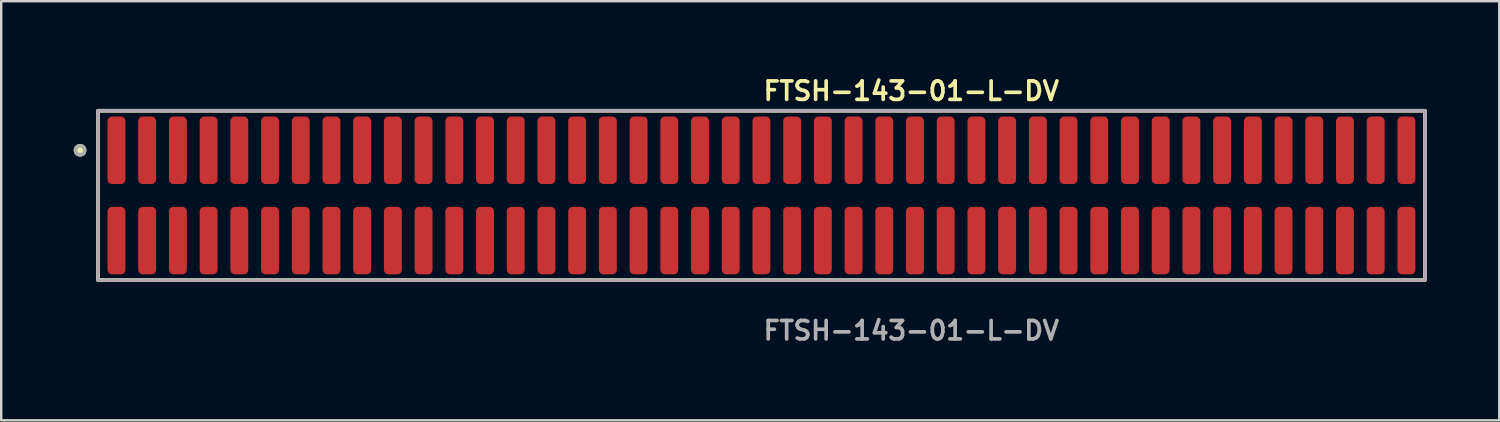
<source format=kicad_pcb>
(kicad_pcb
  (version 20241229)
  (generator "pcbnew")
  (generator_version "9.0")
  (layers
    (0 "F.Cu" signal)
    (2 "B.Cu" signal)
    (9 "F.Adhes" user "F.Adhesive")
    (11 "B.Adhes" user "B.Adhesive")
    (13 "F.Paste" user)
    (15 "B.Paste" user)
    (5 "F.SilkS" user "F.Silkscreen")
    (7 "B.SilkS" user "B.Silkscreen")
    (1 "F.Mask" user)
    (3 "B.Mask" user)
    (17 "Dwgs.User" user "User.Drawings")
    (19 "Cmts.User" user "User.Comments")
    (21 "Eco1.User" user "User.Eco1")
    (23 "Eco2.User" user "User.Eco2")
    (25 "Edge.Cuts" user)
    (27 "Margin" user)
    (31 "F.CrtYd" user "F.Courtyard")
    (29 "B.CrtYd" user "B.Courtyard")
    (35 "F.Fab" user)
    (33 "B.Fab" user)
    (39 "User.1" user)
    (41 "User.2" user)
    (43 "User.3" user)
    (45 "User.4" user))
  (footprint "FTSH-143-01-L-DV"
    (layer "F.Cu")
    (at 28.436 5.031)
    (property "Reference" "FTSH-143-01-L-DV" (at 0 -4.318 0) (unlocked yes) (layer "F.SilkS") (effects (font (size 0.762 0.762) (thickness 0.152)) (justify left)))
    (fp_rect (start -27.435 3.5) (end 27.435 -3.5) (stroke (width 0.152) (type solid)) (fill no) (layer "F.SilkS"))
    (fp_circle (center -28.175 -1.867) (end -28.36 -1.867) (stroke (width 0.152) (type solid)) (fill yes) (layer "F.SilkS"))
    (fp_rect (start -27.435 3.5) (end 27.435 -3.5) (stroke (width 0.006) (type solid)) (fill no) (layer "F.CrtYd"))
    (fp_rect (start -27.435 3.5) (end 27.435 -3.5) (stroke (width 0.152) (type solid)) (fill no) (layer "F.Fab"))
    (fp_circle (center -28.175 -1.867) (end -28.36 -1.867) (stroke (width 0.152) (type solid)) (fill no) (layer "F.Fab"))
    (fp_text user "${REFERENCE}" (at 0 5.588 0) (unlocked yes) (layer "F.Fab") (effects (font (size 0.762 0.762) (thickness 0.152)) (justify left)))
    (pad "1" smd roundrect (at -26.67 -1.867) (size 0.74 2.79) (layers "F.Cu" "F.Paste") (roundrect_rratio 0.25))
    (pad "2" smd roundrect (at -26.67 1.867) (size 0.74 2.79) (layers "F.Cu" "F.Paste") (roundrect_rratio 0.25))
    (pad "3" smd roundrect (at -25.4 -1.867) (size 0.74 2.79) (layers "F.Cu" "F.Paste") (roundrect_rratio 0.25))
    (pad "4" smd roundrect (at -25.4 1.867) (size 0.74 2.79) (layers "F.Cu" "F.Paste") (roundrect_rratio 0.25))
    (pad "5" smd roundrect (at -24.13 -1.867) (size 0.74 2.79) (layers "F.Cu" "F.Paste") (roundrect_rratio 0.25))
    (pad "6" smd roundrect (at -24.13 1.867) (size 0.74 2.79) (layers "F.Cu" "F.Paste") (roundrect_rratio 0.25))
    (pad "7" smd roundrect (at -22.86 -1.867) (size 0.74 2.79) (layers "F.Cu" "F.Paste") (roundrect_rratio 0.25))
    (pad "8" smd roundrect (at -22.86 1.867) (size 0.74 2.79) (layers "F.Cu" "F.Paste") (roundrect_rratio 0.25))
    (pad "9" smd roundrect (at -21.59 -1.867) (size 0.74 2.79) (layers "F.Cu" "F.Paste") (roundrect_rratio 0.25))
    (pad "10" smd roundrect (at -21.59 1.867) (size 0.74 2.79) (layers "F.Cu" "F.Paste") (roundrect_rratio 0.25))
    (pad "11" smd roundrect (at -20.32 -1.867) (size 0.74 2.79) (layers "F.Cu" "F.Paste") (roundrect_rratio 0.25))
    (pad "12" smd roundrect (at -20.32 1.867) (size 0.74 2.79) (layers "F.Cu" "F.Paste") (roundrect_rratio 0.25))
    (pad "13" smd roundrect (at -19.05 -1.867) (size 0.74 2.79) (layers "F.Cu" "F.Paste") (roundrect_rratio 0.25))
    (pad "14" smd roundrect (at -19.05 1.867) (size 0.74 2.79) (layers "F.Cu" "F.Paste") (roundrect_rratio 0.25))
    (pad "15" smd roundrect (at -17.78 -1.867) (size 0.74 2.79) (layers "F.Cu" "F.Paste") (roundrect_rratio 0.25))
    (pad "16" smd roundrect (at -17.78 1.867) (size 0.74 2.79) (layers "F.Cu" "F.Paste") (roundrect_rratio 0.25))
    (pad "17" smd roundrect (at -16.51 -1.867) (size 0.74 2.79) (layers "F.Cu" "F.Paste") (roundrect_rratio 0.25))
    (pad "18" smd roundrect (at -16.51 1.867) (size 0.74 2.79) (layers "F.Cu" "F.Paste") (roundrect_rratio 0.25))
    (pad "19" smd roundrect (at -15.24 -1.867) (size 0.74 2.79) (layers "F.Cu" "F.Paste") (roundrect_rratio 0.25))
    (pad "20" smd roundrect (at -15.24 1.867) (size 0.74 2.79) (layers "F.Cu" "F.Paste") (roundrect_rratio 0.25))
    (pad "21" smd roundrect (at -13.97 -1.867) (size 0.74 2.79) (layers "F.Cu" "F.Paste") (roundrect_rratio 0.25))
    (pad "22" smd roundrect (at -13.97 1.867) (size 0.74 2.79) (layers "F.Cu" "F.Paste") (roundrect_rratio 0.25))
    (pad "23" smd roundrect (at -12.7 -1.867) (size 0.74 2.79) (layers "F.Cu" "F.Paste") (roundrect_rratio 0.25))
    (pad "24" smd roundrect (at -12.7 1.867) (size 0.74 2.79) (layers "F.Cu" "F.Paste") (roundrect_rratio 0.25))
    (pad "25" smd roundrect (at -11.43 -1.867) (size 0.74 2.79) (layers "F.Cu" "F.Paste") (roundrect_rratio 0.25))
    (pad "26" smd roundrect (at -11.43 1.867) (size 0.74 2.79) (layers "F.Cu" "F.Paste") (roundrect_rratio 0.25))
    (pad "27" smd roundrect (at -10.16 -1.867) (size 0.74 2.79) (layers "F.Cu" "F.Paste") (roundrect_rratio 0.25))
    (pad "28" smd roundrect (at -10.16 1.867) (size 0.74 2.79) (layers "F.Cu" "F.Paste") (roundrect_rratio 0.25))
    (pad "29" smd roundrect (at -8.89 -1.867) (size 0.74 2.79) (layers "F.Cu" "F.Paste") (roundrect_rratio 0.25))
    (pad "30" smd roundrect (at -8.89 1.867) (size 0.74 2.79) (layers "F.Cu" "F.Paste") (roundrect_rratio 0.25))
    (pad "31" smd roundrect (at -7.62 -1.867) (size 0.74 2.79) (layers "F.Cu" "F.Paste") (roundrect_rratio 0.25))
    (pad "32" smd roundrect (at -7.62 1.867) (size 0.74 2.79) (layers "F.Cu" "F.Paste") (roundrect_rratio 0.25))
    (pad "33" smd roundrect (at -6.35 -1.867) (size 0.74 2.79) (layers "F.Cu" "F.Paste") (roundrect_rratio 0.25))
    (pad "34" smd roundrect (at -6.35 1.867) (size 0.74 2.79) (layers "F.Cu" "F.Paste") (roundrect_rratio 0.25))
    (pad "35" smd roundrect (at -5.08 -1.867) (size 0.74 2.79) (layers "F.Cu" "F.Paste") (roundrect_rratio 0.25))
    (pad "36" smd roundrect (at -5.08 1.867) (size 0.74 2.79) (layers "F.Cu" "F.Paste") (roundrect_rratio 0.25))
    (pad "37" smd roundrect (at -3.81 -1.867) (size 0.74 2.79) (layers "F.Cu" "F.Paste") (roundrect_rratio 0.25))
    (pad "38" smd roundrect (at -3.81 1.867) (size 0.74 2.79) (layers "F.Cu" "F.Paste") (roundrect_rratio 0.25))
    (pad "39" smd roundrect (at -2.54 -1.867) (size 0.74 2.79) (layers "F.Cu" "F.Paste") (roundrect_rratio 0.25))
    (pad "40" smd roundrect (at -2.54 1.867) (size 0.74 2.79) (layers "F.Cu" "F.Paste") (roundrect_rratio 0.25))
    (pad "41" smd roundrect (at -1.27 -1.867) (size 0.74 2.79) (layers "F.Cu" "F.Paste") (roundrect_rratio 0.25))
    (pad "42" smd roundrect (at -1.27 1.867) (size 0.74 2.79) (layers "F.Cu" "F.Paste") (roundrect_rratio 0.25))
    (pad "43" smd roundrect (at 0 -1.867) (size 0.74 2.79) (layers "F.Cu" "F.Paste") (roundrect_rratio 0.25))
    (pad "44" smd roundrect (at 0 1.867) (size 0.74 2.79) (layers "F.Cu" "F.Paste") (roundrect_rratio 0.25))
    (pad "45" smd roundrect (at 1.27 -1.867) (size 0.74 2.79) (layers "F.Cu" "F.Paste") (roundrect_rratio 0.25))
    (pad "46" smd roundrect (at 1.27 1.867) (size 0.74 2.79) (layers "F.Cu" "F.Paste") (roundrect_rratio 0.25))
    (pad "47" smd roundrect (at 2.54 -1.867) (size 0.74 2.79) (layers "F.Cu" "F.Paste") (roundrect_rratio 0.25))
    (pad "48" smd roundrect (at 2.54 1.867) (size 0.74 2.79) (layers "F.Cu" "F.Paste") (roundrect_rratio 0.25))
    (pad "49" smd roundrect (at 3.81 -1.867) (size 0.74 2.79) (layers "F.Cu" "F.Paste") (roundrect_rratio 0.25))
    (pad "50" smd roundrect (at 3.81 1.867) (size 0.74 2.79) (layers "F.Cu" "F.Paste") (roundrect_rratio 0.25))
    (pad "51" smd roundrect (at 5.08 -1.867) (size 0.74 2.79) (layers "F.Cu" "F.Paste") (roundrect_rratio 0.25))
    (pad "52" smd roundrect (at 5.08 1.867) (size 0.74 2.79) (layers "F.Cu" "F.Paste") (roundrect_rratio 0.25))
    (pad "53" smd roundrect (at 6.35 -1.867) (size 0.74 2.79) (layers "F.Cu" "F.Paste") (roundrect_rratio 0.25))
    (pad "54" smd roundrect (at 6.35 1.867) (size 0.74 2.79) (layers "F.Cu" "F.Paste") (roundrect_rratio 0.25))
    (pad "55" smd roundrect (at 7.62 -1.867) (size 0.74 2.79) (layers "F.Cu" "F.Paste") (roundrect_rratio 0.25))
    (pad "56" smd roundrect (at 7.62 1.867) (size 0.74 2.79) (layers "F.Cu" "F.Paste") (roundrect_rratio 0.25))
    (pad "57" smd roundrect (at 8.89 -1.867) (size 0.74 2.79) (layers "F.Cu" "F.Paste") (roundrect_rratio 0.25))
    (pad "58" smd roundrect (at 8.89 1.867) (size 0.74 2.79) (layers "F.Cu" "F.Paste") (roundrect_rratio 0.25))
    (pad "59" smd roundrect (at 10.16 -1.867) (size 0.74 2.79) (layers "F.Cu" "F.Paste") (roundrect_rratio 0.25))
    (pad "60" smd roundrect (at 10.16 1.867) (size 0.74 2.79) (layers "F.Cu" "F.Paste") (roundrect_rratio 0.25))
    (pad "61" smd roundrect (at 11.43 -1.867) (size 0.74 2.79) (layers "F.Cu" "F.Paste") (roundrect_rratio 0.25))
    (pad "62" smd roundrect (at 11.43 1.867) (size 0.74 2.79) (layers "F.Cu" "F.Paste") (roundrect_rratio 0.25))
    (pad "63" smd roundrect (at 12.7 -1.867) (size 0.74 2.79) (layers "F.Cu" "F.Paste") (roundrect_rratio 0.25))
    (pad "64" smd roundrect (at 12.7 1.867) (size 0.74 2.79) (layers "F.Cu" "F.Paste") (roundrect_rratio 0.25))
    (pad "65" smd roundrect (at 13.97 -1.867) (size 0.74 2.79) (layers "F.Cu" "F.Paste") (roundrect_rratio 0.25))
    (pad "66" smd roundrect (at 13.97 1.867) (size 0.74 2.79) (layers "F.Cu" "F.Paste") (roundrect_rratio 0.25))
    (pad "67" smd roundrect (at 15.24 -1.867) (size 0.74 2.79) (layers "F.Cu" "F.Paste") (roundrect_rratio 0.25))
    (pad "68" smd roundrect (at 15.24 1.867) (size 0.74 2.79) (layers "F.Cu" "F.Paste") (roundrect_rratio 0.25))
    (pad "69" smd roundrect (at 16.51 -1.867) (size 0.74 2.79) (layers "F.Cu" "F.Paste") (roundrect_rratio 0.25))
    (pad "70" smd roundrect (at 16.51 1.867) (size 0.74 2.79) (layers "F.Cu" "F.Paste") (roundrect_rratio 0.25))
    (pad "71" smd roundrect (at 17.78 -1.867) (size 0.74 2.79) (layers "F.Cu" "F.Paste") (roundrect_rratio 0.25))
    (pad "72" smd roundrect (at 17.78 1.867) (size 0.74 2.79) (layers "F.Cu" "F.Paste") (roundrect_rratio 0.25))
    (pad "73" smd roundrect (at 19.05 -1.867) (size 0.74 2.79) (layers "F.Cu" "F.Paste") (roundrect_rratio 0.25))
    (pad "74" smd roundrect (at 19.05 1.867) (size 0.74 2.79) (layers "F.Cu" "F.Paste") (roundrect_rratio 0.25))
    (pad "75" smd roundrect (at 20.32 -1.867) (size 0.74 2.79) (layers "F.Cu" "F.Paste") (roundrect_rratio 0.25))
    (pad "76" smd roundrect (at 20.32 1.867) (size 0.74 2.79) (layers "F.Cu" "F.Paste") (roundrect_rratio 0.25))
    (pad "77" smd roundrect (at 21.59 -1.867) (size 0.74 2.79) (layers "F.Cu" "F.Paste") (roundrect_rratio 0.25))
    (pad "78" smd roundrect (at 21.59 1.867) (size 0.74 2.79) (layers "F.Cu" "F.Paste") (roundrect_rratio 0.25))
    (pad "79" smd roundrect (at 22.86 -1.867) (size 0.74 2.79) (layers "F.Cu" "F.Paste") (roundrect_rratio 0.25))
    (pad "80" smd roundrect (at 22.86 1.867) (size 0.74 2.79) (layers "F.Cu" "F.Paste") (roundrect_rratio 0.25))
    (pad "81" smd roundrect (at 24.13 -1.867) (size 0.74 2.79) (layers "F.Cu" "F.Paste") (roundrect_rratio 0.25))
    (pad "82" smd roundrect (at 24.13 1.867) (size 0.74 2.79) (layers "F.Cu" "F.Paste") (roundrect_rratio 0.25))
    (pad "83" smd roundrect (at 25.4 -1.867) (size 0.74 2.79) (layers "F.Cu" "F.Paste") (roundrect_rratio 0.25))
    (pad "84" smd roundrect (at 25.4 1.867) (size 0.74 2.79) (layers "F.Cu" "F.Paste") (roundrect_rratio 0.25))
    (pad "85" smd roundrect (at 26.67 -1.867) (size 0.74 2.79) (layers "F.Cu" "F.Paste") (roundrect_rratio 0.25))
    (pad "86" smd roundrect (at 26.67 1.867) (size 0.74 2.79) (layers "F.Cu" "F.Paste") (roundrect_rratio 0.25)))
  (gr_rect
    (start -3 -3)
    (end 58.947 14.332)
    (stroke (width 0.1) (type default))
    (fill no)
    (layer "Edge.Cuts")))
</source>
